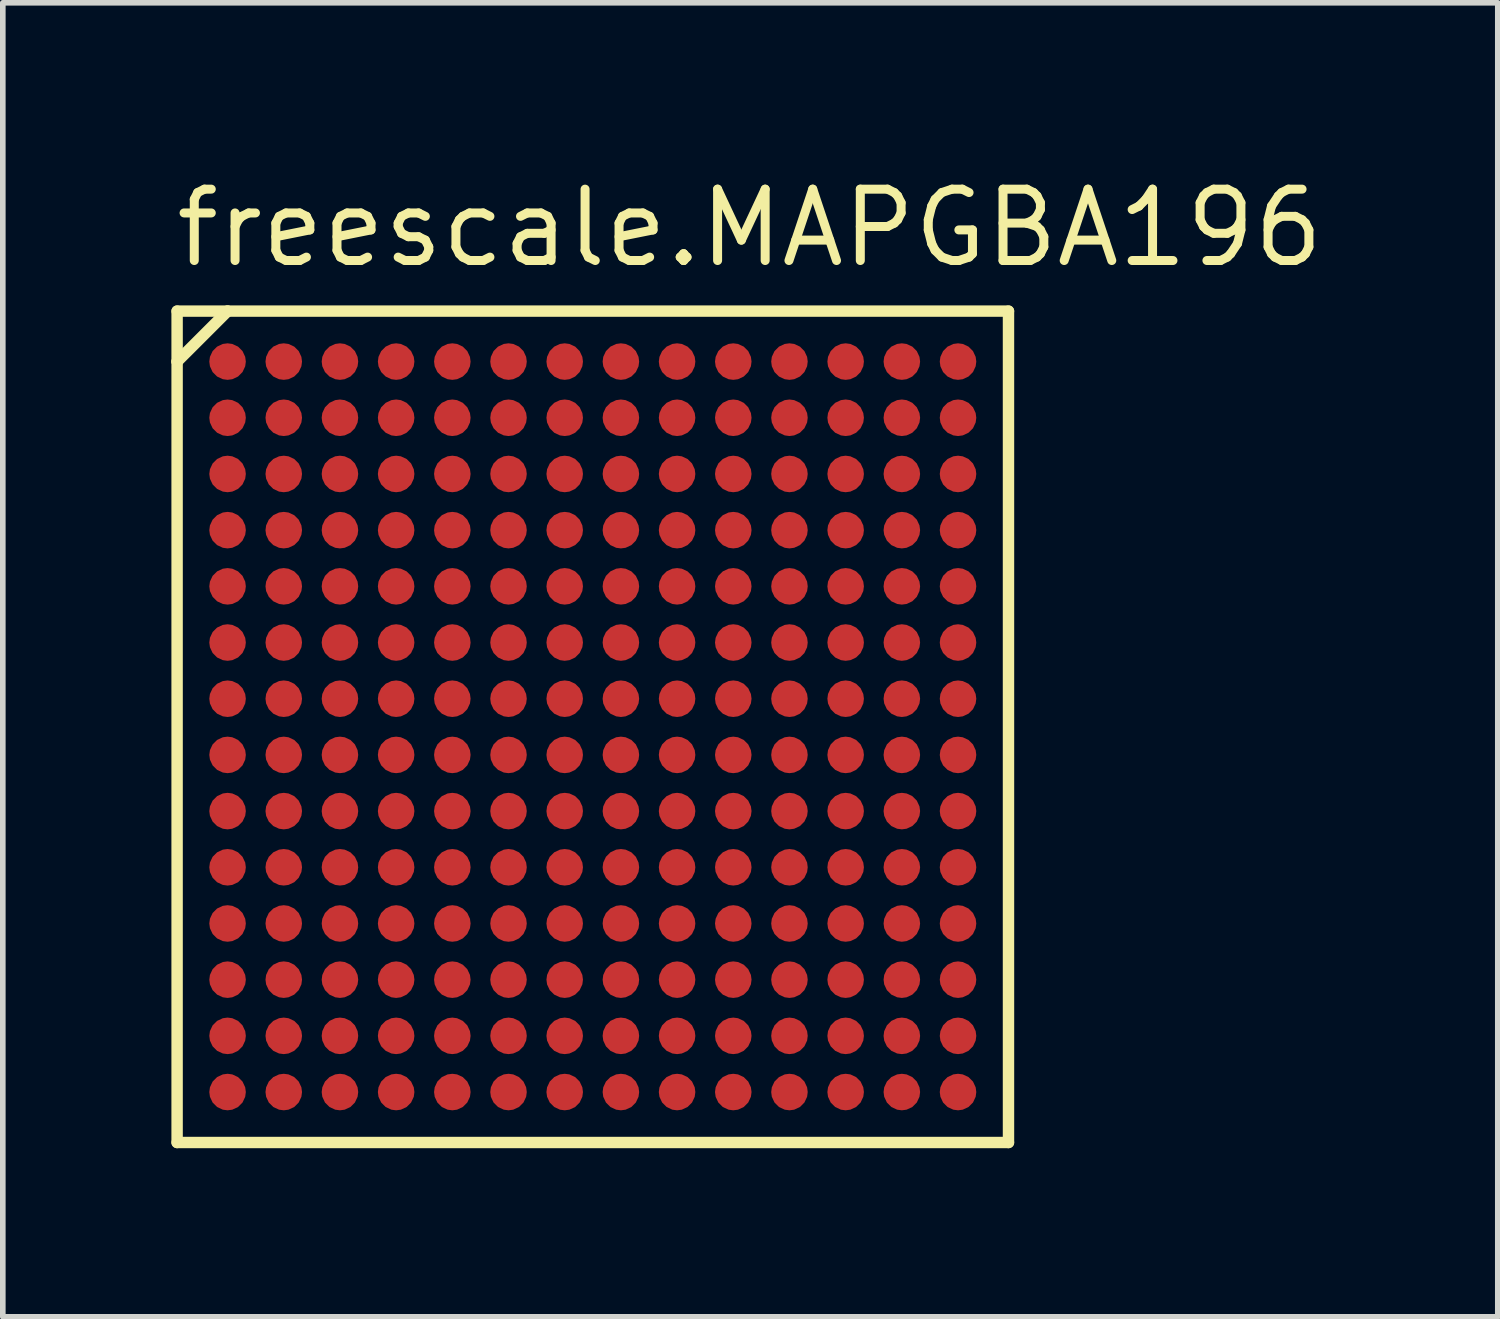
<source format=kicad_pcb>
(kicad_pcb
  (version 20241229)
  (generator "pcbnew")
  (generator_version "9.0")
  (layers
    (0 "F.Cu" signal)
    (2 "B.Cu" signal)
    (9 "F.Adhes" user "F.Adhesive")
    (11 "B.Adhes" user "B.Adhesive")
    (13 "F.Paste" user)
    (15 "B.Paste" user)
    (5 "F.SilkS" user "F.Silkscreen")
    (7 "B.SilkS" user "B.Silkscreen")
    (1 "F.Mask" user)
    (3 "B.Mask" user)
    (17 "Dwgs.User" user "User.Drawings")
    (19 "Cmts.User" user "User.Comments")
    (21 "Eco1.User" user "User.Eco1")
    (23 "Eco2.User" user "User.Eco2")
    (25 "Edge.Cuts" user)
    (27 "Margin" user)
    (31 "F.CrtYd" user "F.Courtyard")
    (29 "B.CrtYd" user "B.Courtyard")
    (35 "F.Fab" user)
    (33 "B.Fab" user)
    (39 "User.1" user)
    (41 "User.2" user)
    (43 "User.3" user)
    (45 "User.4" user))
  (footprint "freescale.MAPGBA196"
    (layer "F.Cu")
    (at 7.5 9.885)
    (property "Reference" "freescale.MAPGBA196" (at -7.5 -8.135 0) (layer "F.SilkS") (effects (font (size 1.27 1.27) (thickness 0.16)) (justify left bottom)))
    (attr smd)
    (fp_circle (center -6.5 -6.5) (end -6.175 -6.5) (stroke (width 0.1) (type default)) (fill no) (layer "F.Mask"))
    (fp_circle (center -6.5 -5.5) (end -6.175 -5.5) (stroke (width 0.1) (type default)) (fill no) (layer "F.Mask"))
    (fp_circle (center -6.5 -4.5) (end -6.175 -4.5) (stroke (width 0.1) (type default)) (fill no) (layer "F.Mask"))
    (fp_circle (center -6.5 -3.5) (end -6.175 -3.5) (stroke (width 0.1) (type default)) (fill no) (layer "F.Mask"))
    (fp_circle (center -6.5 -2.5) (end -6.175 -2.5) (stroke (width 0.1) (type default)) (fill no) (layer "F.Mask"))
    (fp_circle (center -6.5 -1.5) (end -6.175 -1.5) (stroke (width 0.1) (type default)) (fill no) (layer "F.Mask"))
    (fp_circle (center -6.5 -0.5) (end -6.175 -0.5) (stroke (width 0.1) (type default)) (fill no) (layer "F.Mask"))
    (fp_circle (center -6.5 0.5) (end -6.175 0.5) (stroke (width 0.1) (type default)) (fill no) (layer "F.Mask"))
    (fp_circle (center -6.5 1.5) (end -6.175 1.5) (stroke (width 0.1) (type default)) (fill no) (layer "F.Mask"))
    (fp_circle (center -6.5 2.5) (end -6.175 2.5) (stroke (width 0.1) (type default)) (fill no) (layer "F.Mask"))
    (fp_circle (center -6.5 3.5) (end -6.175 3.5) (stroke (width 0.1) (type default)) (fill no) (layer "F.Mask"))
    (fp_circle (center -6.5 4.5) (end -6.175 4.5) (stroke (width 0.1) (type default)) (fill no) (layer "F.Mask"))
    (fp_circle (center -6.5 5.5) (end -6.175 5.5) (stroke (width 0.1) (type default)) (fill no) (layer "F.Mask"))
    (fp_circle (center -6.5 6.5) (end -6.175 6.5) (stroke (width 0.1) (type default)) (fill no) (layer "F.Mask"))
    (fp_circle (center -5.5 -6.5) (end -5.175 -6.5) (stroke (width 0.1) (type default)) (fill no) (layer "F.Mask"))
    (fp_circle (center -5.5 -5.5) (end -5.175 -5.5) (stroke (width 0.1) (type default)) (fill no) (layer "F.Mask"))
    (fp_circle (center -5.5 -4.5) (end -5.175 -4.5) (stroke (width 0.1) (type default)) (fill no) (layer "F.Mask"))
    (fp_circle (center -5.5 -3.5) (end -5.175 -3.5) (stroke (width 0.1) (type default)) (fill no) (layer "F.Mask"))
    (fp_circle (center -5.5 -2.5) (end -5.175 -2.5) (stroke (width 0.1) (type default)) (fill no) (layer "F.Mask"))
    (fp_circle (center -5.5 -1.5) (end -5.175 -1.5) (stroke (width 0.1) (type default)) (fill no) (layer "F.Mask"))
    (fp_circle (center -5.5 -0.5) (end -5.175 -0.5) (stroke (width 0.1) (type default)) (fill no) (layer "F.Mask"))
    (fp_circle (center -5.5 0.5) (end -5.175 0.5) (stroke (width 0.1) (type default)) (fill no) (layer "F.Mask"))
    (fp_circle (center -5.5 1.5) (end -5.175 1.5) (stroke (width 0.1) (type default)) (fill no) (layer "F.Mask"))
    (fp_circle (center -5.5 2.5) (end -5.175 2.5) (stroke (width 0.1) (type default)) (fill no) (layer "F.Mask"))
    (fp_circle (center -5.5 3.5) (end -5.175 3.5) (stroke (width 0.1) (type default)) (fill no) (layer "F.Mask"))
    (fp_circle (center -5.5 4.5) (end -5.175 4.5) (stroke (width 0.1) (type default)) (fill no) (layer "F.Mask"))
    (fp_circle (center -5.5 5.5) (end -5.175 5.5) (stroke (width 0.1) (type default)) (fill no) (layer "F.Mask"))
    (fp_circle (center -5.5 6.5) (end -5.175 6.5) (stroke (width 0.1) (type default)) (fill no) (layer "F.Mask"))
    (fp_circle (center -4.5 -6.5) (end -4.175 -6.5) (stroke (width 0.1) (type default)) (fill no) (layer "F.Mask"))
    (fp_circle (center -4.5 -5.5) (end -4.175 -5.5) (stroke (width 0.1) (type default)) (fill no) (layer "F.Mask"))
    (fp_circle (center -4.5 -4.5) (end -4.175 -4.5) (stroke (width 0.1) (type default)) (fill no) (layer "F.Mask"))
    (fp_circle (center -4.5 -3.5) (end -4.175 -3.5) (stroke (width 0.1) (type default)) (fill no) (layer "F.Mask"))
    (fp_circle (center -4.5 -2.5) (end -4.175 -2.5) (stroke (width 0.1) (type default)) (fill no) (layer "F.Mask"))
    (fp_circle (center -4.5 -1.5) (end -4.175 -1.5) (stroke (width 0.1) (type default)) (fill no) (layer "F.Mask"))
    (fp_circle (center -4.5 -0.5) (end -4.175 -0.5) (stroke (width 0.1) (type default)) (fill no) (layer "F.Mask"))
    (fp_circle (center -4.5 0.5) (end -4.175 0.5) (stroke (width 0.1) (type default)) (fill no) (layer "F.Mask"))
    (fp_circle (center -4.5 1.5) (end -4.175 1.5) (stroke (width 0.1) (type default)) (fill no) (layer "F.Mask"))
    (fp_circle (center -4.5 2.5) (end -4.175 2.5) (stroke (width 0.1) (type default)) (fill no) (layer "F.Mask"))
    (fp_circle (center -4.5 3.5) (end -4.175 3.5) (stroke (width 0.1) (type default)) (fill no) (layer "F.Mask"))
    (fp_circle (center -4.5 4.5) (end -4.175 4.5) (stroke (width 0.1) (type default)) (fill no) (layer "F.Mask"))
    (fp_circle (center -4.5 5.5) (end -4.175 5.5) (stroke (width 0.1) (type default)) (fill no) (layer "F.Mask"))
    (fp_circle (center -4.5 6.5) (end -4.175 6.5) (stroke (width 0.1) (type default)) (fill no) (layer "F.Mask"))
    (fp_circle (center -3.5 -6.5) (end -3.175 -6.5) (stroke (width 0.1) (type default)) (fill no) (layer "F.Mask"))
    (fp_circle (center -3.5 -5.5) (end -3.175 -5.5) (stroke (width 0.1) (type default)) (fill no) (layer "F.Mask"))
    (fp_circle (center -3.5 -4.5) (end -3.175 -4.5) (stroke (width 0.1) (type default)) (fill no) (layer "F.Mask"))
    (fp_circle (center -3.5 -3.5) (end -3.175 -3.5) (stroke (width 0.1) (type default)) (fill no) (layer "F.Mask"))
    (fp_circle (center -3.5 -2.5) (end -3.175 -2.5) (stroke (width 0.1) (type default)) (fill no) (layer "F.Mask"))
    (fp_circle (center -3.5 -1.5) (end -3.175 -1.5) (stroke (width 0.1) (type default)) (fill no) (layer "F.Mask"))
    (fp_circle (center -3.5 -0.5) (end -3.175 -0.5) (stroke (width 0.1) (type default)) (fill no) (layer "F.Mask"))
    (fp_circle (center -3.5 0.5) (end -3.175 0.5) (stroke (width 0.1) (type default)) (fill no) (layer "F.Mask"))
    (fp_circle (center -3.5 1.5) (end -3.175 1.5) (stroke (width 0.1) (type default)) (fill no) (layer "F.Mask"))
    (fp_circle (center -3.5 2.5) (end -3.175 2.5) (stroke (width 0.1) (type default)) (fill no) (layer "F.Mask"))
    (fp_circle (center -3.5 3.5) (end -3.175 3.5) (stroke (width 0.1) (type default)) (fill no) (layer "F.Mask"))
    (fp_circle (center -3.5 4.5) (end -3.175 4.5) (stroke (width 0.1) (type default)) (fill no) (layer "F.Mask"))
    (fp_circle (center -3.5 5.5) (end -3.175 5.5) (stroke (width 0.1) (type default)) (fill no) (layer "F.Mask"))
    (fp_circle (center -3.5 6.5) (end -3.175 6.5) (stroke (width 0.1) (type default)) (fill no) (layer "F.Mask"))
    (fp_circle (center -2.5 -6.5) (end -2.175 -6.5) (stroke (width 0.1) (type default)) (fill no) (layer "F.Mask"))
    (fp_circle (center -2.5 -5.5) (end -2.175 -5.5) (stroke (width 0.1) (type default)) (fill no) (layer "F.Mask"))
    (fp_circle (center -2.5 -4.5) (end -2.175 -4.5) (stroke (width 0.1) (type default)) (fill no) (layer "F.Mask"))
    (fp_circle (center -2.5 -3.5) (end -2.175 -3.5) (stroke (width 0.1) (type default)) (fill no) (layer "F.Mask"))
    (fp_circle (center -2.5 -2.5) (end -2.175 -2.5) (stroke (width 0.1) (type default)) (fill no) (layer "F.Mask"))
    (fp_circle (center -2.5 -1.5) (end -2.175 -1.5) (stroke (width 0.1) (type default)) (fill no) (layer "F.Mask"))
    (fp_circle (center -2.5 -0.5) (end -2.175 -0.5) (stroke (width 0.1) (type default)) (fill no) (layer "F.Mask"))
    (fp_circle (center -2.5 0.5) (end -2.175 0.5) (stroke (width 0.1) (type default)) (fill no) (layer "F.Mask"))
    (fp_circle (center -2.5 1.5) (end -2.175 1.5) (stroke (width 0.1) (type default)) (fill no) (layer "F.Mask"))
    (fp_circle (center -2.5 2.5) (end -2.175 2.5) (stroke (width 0.1) (type default)) (fill no) (layer "F.Mask"))
    (fp_circle (center -2.5 3.5) (end -2.175 3.5) (stroke (width 0.1) (type default)) (fill no) (layer "F.Mask"))
    (fp_circle (center -2.5 4.5) (end -2.175 4.5) (stroke (width 0.1) (type default)) (fill no) (layer "F.Mask"))
    (fp_circle (center -2.5 5.5) (end -2.175 5.5) (stroke (width 0.1) (type default)) (fill no) (layer "F.Mask"))
    (fp_circle (center -2.5 6.5) (end -2.175 6.5) (stroke (width 0.1) (type default)) (fill no) (layer "F.Mask"))
    (fp_circle (center -1.5 -6.5) (end -1.175 -6.5) (stroke (width 0.1) (type default)) (fill no) (layer "F.Mask"))
    (fp_circle (center -1.5 -5.5) (end -1.175 -5.5) (stroke (width 0.1) (type default)) (fill no) (layer "F.Mask"))
    (fp_circle (center -1.5 -4.5) (end -1.175 -4.5) (stroke (width 0.1) (type default)) (fill no) (layer "F.Mask"))
    (fp_circle (center -1.5 -3.5) (end -1.175 -3.5) (stroke (width 0.1) (type default)) (fill no) (layer "F.Mask"))
    (fp_circle (center -1.5 -2.5) (end -1.175 -2.5) (stroke (width 0.1) (type default)) (fill no) (layer "F.Mask"))
    (fp_circle (center -1.5 -1.5) (end -1.175 -1.5) (stroke (width 0.1) (type default)) (fill no) (layer "F.Mask"))
    (fp_circle (center -1.5 -0.5) (end -1.175 -0.5) (stroke (width 0.1) (type default)) (fill no) (layer "F.Mask"))
    (fp_circle (center -1.5 0.5) (end -1.175 0.5) (stroke (width 0.1) (type default)) (fill no) (layer "F.Mask"))
    (fp_circle (center -1.5 1.5) (end -1.175 1.5) (stroke (width 0.1) (type default)) (fill no) (layer "F.Mask"))
    (fp_circle (center -1.5 2.5) (end -1.175 2.5) (stroke (width 0.1) (type default)) (fill no) (layer "F.Mask"))
    (fp_circle (center -1.5 3.5) (end -1.175 3.5) (stroke (width 0.1) (type default)) (fill no) (layer "F.Mask"))
    (fp_circle (center -1.5 4.5) (end -1.175 4.5) (stroke (width 0.1) (type default)) (fill no) (layer "F.Mask"))
    (fp_circle (center -1.5 5.5) (end -1.175 5.5) (stroke (width 0.1) (type default)) (fill no) (layer "F.Mask"))
    (fp_circle (center -1.5 6.5) (end -1.175 6.5) (stroke (width 0.1) (type default)) (fill no) (layer "F.Mask"))
    (fp_circle (center -0.5 -6.5) (end -0.175 -6.5) (stroke (width 0.1) (type default)) (fill no) (layer "F.Mask"))
    (fp_circle (center -0.5 -5.5) (end -0.175 -5.5) (stroke (width 0.1) (type default)) (fill no) (layer "F.Mask"))
    (fp_circle (center -0.5 -4.5) (end -0.175 -4.5) (stroke (width 0.1) (type default)) (fill no) (layer "F.Mask"))
    (fp_circle (center -0.5 -3.5) (end -0.175 -3.5) (stroke (width 0.1) (type default)) (fill no) (layer "F.Mask"))
    (fp_circle (center -0.5 -2.5) (end -0.175 -2.5) (stroke (width 0.1) (type default)) (fill no) (layer "F.Mask"))
    (fp_circle (center -0.5 -1.5) (end -0.175 -1.5) (stroke (width 0.1) (type default)) (fill no) (layer "F.Mask"))
    (fp_circle (center -0.5 -0.5) (end -0.175 -0.5) (stroke (width 0.1) (type default)) (fill no) (layer "F.Mask"))
    (fp_circle (center -0.5 0.5) (end -0.175 0.5) (stroke (width 0.1) (type default)) (fill no) (layer "F.Mask"))
    (fp_circle (center -0.5 1.5) (end -0.175 1.5) (stroke (width 0.1) (type default)) (fill no) (layer "F.Mask"))
    (fp_circle (center -0.5 2.5) (end -0.175 2.5) (stroke (width 0.1) (type default)) (fill no) (layer "F.Mask"))
    (fp_circle (center -0.5 3.5) (end -0.175 3.5) (stroke (width 0.1) (type default)) (fill no) (layer "F.Mask"))
    (fp_circle (center -0.5 4.5) (end -0.175 4.5) (stroke (width 0.1) (type default)) (fill no) (layer "F.Mask"))
    (fp_circle (center -0.5 5.5) (end -0.175 5.5) (stroke (width 0.1) (type default)) (fill no) (layer "F.Mask"))
    (fp_circle (center -0.5 6.5) (end -0.175 6.5) (stroke (width 0.1) (type default)) (fill no) (layer "F.Mask"))
    (fp_circle (center 0.5 -6.5) (end 0.825 -6.5) (stroke (width 0.1) (type default)) (fill no) (layer "F.Mask"))
    (fp_circle (center 0.5 -5.5) (end 0.825 -5.5) (stroke (width 0.1) (type default)) (fill no) (layer "F.Mask"))
    (fp_circle (center 0.5 -4.5) (end 0.825 -4.5) (stroke (width 0.1) (type default)) (fill no) (layer "F.Mask"))
    (fp_circle (center 0.5 -3.5) (end 0.825 -3.5) (stroke (width 0.1) (type default)) (fill no) (layer "F.Mask"))
    (fp_circle (center 0.5 -2.5) (end 0.825 -2.5) (stroke (width 0.1) (type default)) (fill no) (layer "F.Mask"))
    (fp_circle (center 0.5 -1.5) (end 0.825 -1.5) (stroke (width 0.1) (type default)) (fill no) (layer "F.Mask"))
    (fp_circle (center 0.5 -0.5) (end 0.825 -0.5) (stroke (width 0.1) (type default)) (fill no) (layer "F.Mask"))
    (fp_circle (center 0.5 0.5) (end 0.825 0.5) (stroke (width 0.1) (type default)) (fill no) (layer "F.Mask"))
    (fp_circle (center 0.5 1.5) (end 0.825 1.5) (stroke (width 0.1) (type default)) (fill no) (layer "F.Mask"))
    (fp_circle (center 0.5 2.5) (end 0.825 2.5) (stroke (width 0.1) (type default)) (fill no) (layer "F.Mask"))
    (fp_circle (center 0.5 3.5) (end 0.825 3.5) (stroke (width 0.1) (type default)) (fill no) (layer "F.Mask"))
    (fp_circle (center 0.5 4.5) (end 0.825 4.5) (stroke (width 0.1) (type default)) (fill no) (layer "F.Mask"))
    (fp_circle (center 0.5 5.5) (end 0.825 5.5) (stroke (width 0.1) (type default)) (fill no) (layer "F.Mask"))
    (fp_circle (center 0.5 6.5) (end 0.825 6.5) (stroke (width 0.1) (type default)) (fill no) (layer "F.Mask"))
    (fp_circle (center 1.5 -6.5) (end 1.825 -6.5) (stroke (width 0.1) (type default)) (fill no) (layer "F.Mask"))
    (fp_circle (center 1.5 -5.5) (end 1.825 -5.5) (stroke (width 0.1) (type default)) (fill no) (layer "F.Mask"))
    (fp_circle (center 1.5 -4.5) (end 1.825 -4.5) (stroke (width 0.1) (type default)) (fill no) (layer "F.Mask"))
    (fp_circle (center 1.5 -3.5) (end 1.825 -3.5) (stroke (width 0.1) (type default)) (fill no) (layer "F.Mask"))
    (fp_circle (center 1.5 -2.5) (end 1.825 -2.5) (stroke (width 0.1) (type default)) (fill no) (layer "F.Mask"))
    (fp_circle (center 1.5 -1.5) (end 1.825 -1.5) (stroke (width 0.1) (type default)) (fill no) (layer "F.Mask"))
    (fp_circle (center 1.5 -0.5) (end 1.825 -0.5) (stroke (width 0.1) (type default)) (fill no) (layer "F.Mask"))
    (fp_circle (center 1.5 0.5) (end 1.825 0.5) (stroke (width 0.1) (type default)) (fill no) (layer "F.Mask"))
    (fp_circle (center 1.5 1.5) (end 1.825 1.5) (stroke (width 0.1) (type default)) (fill no) (layer "F.Mask"))
    (fp_circle (center 1.5 2.5) (end 1.825 2.5) (stroke (width 0.1) (type default)) (fill no) (layer "F.Mask"))
    (fp_circle (center 1.5 3.5) (end 1.825 3.5) (stroke (width 0.1) (type default)) (fill no) (layer "F.Mask"))
    (fp_circle (center 1.5 4.5) (end 1.825 4.5) (stroke (width 0.1) (type default)) (fill no) (layer "F.Mask"))
    (fp_circle (center 1.5 5.5) (end 1.825 5.5) (stroke (width 0.1) (type default)) (fill no) (layer "F.Mask"))
    (fp_circle (center 1.5 6.5) (end 1.825 6.5) (stroke (width 0.1) (type default)) (fill no) (layer "F.Mask"))
    (fp_circle (center 2.5 -6.5) (end 2.825 -6.5) (stroke (width 0.1) (type default)) (fill no) (layer "F.Mask"))
    (fp_circle (center 2.5 -5.5) (end 2.825 -5.5) (stroke (width 0.1) (type default)) (fill no) (layer "F.Mask"))
    (fp_circle (center 2.5 -4.5) (end 2.825 -4.5) (stroke (width 0.1) (type default)) (fill no) (layer "F.Mask"))
    (fp_circle (center 2.5 -3.5) (end 2.825 -3.5) (stroke (width 0.1) (type default)) (fill no) (layer "F.Mask"))
    (fp_circle (center 2.5 -2.5) (end 2.825 -2.5) (stroke (width 0.1) (type default)) (fill no) (layer "F.Mask"))
    (fp_circle (center 2.5 -1.5) (end 2.825 -1.5) (stroke (width 0.1) (type default)) (fill no) (layer "F.Mask"))
    (fp_circle (center 2.5 -0.5) (end 2.825 -0.5) (stroke (width 0.1) (type default)) (fill no) (layer "F.Mask"))
    (fp_circle (center 2.5 0.5) (end 2.825 0.5) (stroke (width 0.1) (type default)) (fill no) (layer "F.Mask"))
    (fp_circle (center 2.5 1.5) (end 2.825 1.5) (stroke (width 0.1) (type default)) (fill no) (layer "F.Mask"))
    (fp_circle (center 2.5 2.5) (end 2.825 2.5) (stroke (width 0.1) (type default)) (fill no) (layer "F.Mask"))
    (fp_circle (center 2.5 3.5) (end 2.825 3.5) (stroke (width 0.1) (type default)) (fill no) (layer "F.Mask"))
    (fp_circle (center 2.5 4.5) (end 2.825 4.5) (stroke (width 0.1) (type default)) (fill no) (layer "F.Mask"))
    (fp_circle (center 2.5 5.5) (end 2.825 5.5) (stroke (width 0.1) (type default)) (fill no) (layer "F.Mask"))
    (fp_circle (center 2.5 6.5) (end 2.825 6.5) (stroke (width 0.1) (type default)) (fill no) (layer "F.Mask"))
    (fp_circle (center 3.5 -6.5) (end 3.825 -6.5) (stroke (width 0.1) (type default)) (fill no) (layer "F.Mask"))
    (fp_circle (center 3.5 -5.5) (end 3.825 -5.5) (stroke (width 0.1) (type default)) (fill no) (layer "F.Mask"))
    (fp_circle (center 3.5 -4.5) (end 3.825 -4.5) (stroke (width 0.1) (type default)) (fill no) (layer "F.Mask"))
    (fp_circle (center 3.5 -3.5) (end 3.825 -3.5) (stroke (width 0.1) (type default)) (fill no) (layer "F.Mask"))
    (fp_circle (center 3.5 -2.5) (end 3.825 -2.5) (stroke (width 0.1) (type default)) (fill no) (layer "F.Mask"))
    (fp_circle (center 3.5 -1.5) (end 3.825 -1.5) (stroke (width 0.1) (type default)) (fill no) (layer "F.Mask"))
    (fp_circle (center 3.5 -0.5) (end 3.825 -0.5) (stroke (width 0.1) (type default)) (fill no) (layer "F.Mask"))
    (fp_circle (center 3.5 0.5) (end 3.825 0.5) (stroke (width 0.1) (type default)) (fill no) (layer "F.Mask"))
    (fp_circle (center 3.5 1.5) (end 3.825 1.5) (stroke (width 0.1) (type default)) (fill no) (layer "F.Mask"))
    (fp_circle (center 3.5 2.5) (end 3.825 2.5) (stroke (width 0.1) (type default)) (fill no) (layer "F.Mask"))
    (fp_circle (center 3.5 3.5) (end 3.825 3.5) (stroke (width 0.1) (type default)) (fill no) (layer "F.Mask"))
    (fp_circle (center 3.5 4.5) (end 3.825 4.5) (stroke (width 0.1) (type default)) (fill no) (layer "F.Mask"))
    (fp_circle (center 3.5 5.5) (end 3.825 5.5) (stroke (width 0.1) (type default)) (fill no) (layer "F.Mask"))
    (fp_circle (center 3.5 6.5) (end 3.825 6.5) (stroke (width 0.1) (type default)) (fill no) (layer "F.Mask"))
    (fp_circle (center 4.5 -6.5) (end 4.825 -6.5) (stroke (width 0.1) (type default)) (fill no) (layer "F.Mask"))
    (fp_circle (center 4.5 -5.5) (end 4.825 -5.5) (stroke (width 0.1) (type default)) (fill no) (layer "F.Mask"))
    (fp_circle (center 4.5 -4.5) (end 4.825 -4.5) (stroke (width 0.1) (type default)) (fill no) (layer "F.Mask"))
    (fp_circle (center 4.5 -3.5) (end 4.825 -3.5) (stroke (width 0.1) (type default)) (fill no) (layer "F.Mask"))
    (fp_circle (center 4.5 -2.5) (end 4.825 -2.5) (stroke (width 0.1) (type default)) (fill no) (layer "F.Mask"))
    (fp_circle (center 4.5 -1.5) (end 4.825 -1.5) (stroke (width 0.1) (type default)) (fill no) (layer "F.Mask"))
    (fp_circle (center 4.5 -0.5) (end 4.825 -0.5) (stroke (width 0.1) (type default)) (fill no) (layer "F.Mask"))
    (fp_circle (center 4.5 0.5) (end 4.825 0.5) (stroke (width 0.1) (type default)) (fill no) (layer "F.Mask"))
    (fp_circle (center 4.5 1.5) (end 4.825 1.5) (stroke (width 0.1) (type default)) (fill no) (layer "F.Mask"))
    (fp_circle (center 4.5 2.5) (end 4.825 2.5) (stroke (width 0.1) (type default)) (fill no) (layer "F.Mask"))
    (fp_circle (center 4.5 3.5) (end 4.825 3.5) (stroke (width 0.1) (type default)) (fill no) (layer "F.Mask"))
    (fp_circle (center 4.5 4.5) (end 4.825 4.5) (stroke (width 0.1) (type default)) (fill no) (layer "F.Mask"))
    (fp_circle (center 4.5 5.5) (end 4.825 5.5) (stroke (width 0.1) (type default)) (fill no) (layer "F.Mask"))
    (fp_circle (center 4.5 6.5) (end 4.825 6.5) (stroke (width 0.1) (type default)) (fill no) (layer "F.Mask"))
    (fp_circle (center 5.5 -6.5) (end 5.825 -6.5) (stroke (width 0.1) (type default)) (fill no) (layer "F.Mask"))
    (fp_circle (center 5.5 -5.5) (end 5.825 -5.5) (stroke (width 0.1) (type default)) (fill no) (layer "F.Mask"))
    (fp_circle (center 5.5 -4.5) (end 5.825 -4.5) (stroke (width 0.1) (type default)) (fill no) (layer "F.Mask"))
    (fp_circle (center 5.5 -3.5) (end 5.825 -3.5) (stroke (width 0.1) (type default)) (fill no) (layer "F.Mask"))
    (fp_circle (center 5.5 -2.5) (end 5.825 -2.5) (stroke (width 0.1) (type default)) (fill no) (layer "F.Mask"))
    (fp_circle (center 5.5 -1.5) (end 5.825 -1.5) (stroke (width 0.1) (type default)) (fill no) (layer "F.Mask"))
    (fp_circle (center 5.5 -0.5) (end 5.825 -0.5) (stroke (width 0.1) (type default)) (fill no) (layer "F.Mask"))
    (fp_circle (center 5.5 0.5) (end 5.825 0.5) (stroke (width 0.1) (type default)) (fill no) (layer "F.Mask"))
    (fp_circle (center 5.5 1.5) (end 5.825 1.5) (stroke (width 0.1) (type default)) (fill no) (layer "F.Mask"))
    (fp_circle (center 5.5 2.5) (end 5.825 2.5) (stroke (width 0.1) (type default)) (fill no) (layer "F.Mask"))
    (fp_circle (center 5.5 3.5) (end 5.825 3.5) (stroke (width 0.1) (type default)) (fill no) (layer "F.Mask"))
    (fp_circle (center 5.5 4.5) (end 5.825 4.5) (stroke (width 0.1) (type default)) (fill no) (layer "F.Mask"))
    (fp_circle (center 5.5 5.5) (end 5.825 5.5) (stroke (width 0.1) (type default)) (fill no) (layer "F.Mask"))
    (fp_circle (center 5.5 6.5) (end 5.825 6.5) (stroke (width 0.1) (type default)) (fill no) (layer "F.Mask"))
    (fp_circle (center 6.5 -6.5) (end 6.825 -6.5) (stroke (width 0.1) (type default)) (fill no) (layer "F.Mask"))
    (fp_circle (center 6.5 -5.5) (end 6.825 -5.5) (stroke (width 0.1) (type default)) (fill no) (layer "F.Mask"))
    (fp_circle (center 6.5 -4.5) (end 6.825 -4.5) (stroke (width 0.1) (type default)) (fill no) (layer "F.Mask"))
    (fp_circle (center 6.5 -3.5) (end 6.825 -3.5) (stroke (width 0.1) (type default)) (fill no) (layer "F.Mask"))
    (fp_circle (center 6.5 -2.5) (end 6.825 -2.5) (stroke (width 0.1) (type default)) (fill no) (layer "F.Mask"))
    (fp_circle (center 6.5 -1.5) (end 6.825 -1.5) (stroke (width 0.1) (type default)) (fill no) (layer "F.Mask"))
    (fp_circle (center 6.5 -0.5) (end 6.825 -0.5) (stroke (width 0.1) (type default)) (fill no) (layer "F.Mask"))
    (fp_circle (center 6.5 0.5) (end 6.825 0.5) (stroke (width 0.1) (type default)) (fill no) (layer "F.Mask"))
    (fp_circle (center 6.5 1.5) (end 6.825 1.5) (stroke (width 0.1) (type default)) (fill no) (layer "F.Mask"))
    (fp_circle (center 6.5 2.5) (end 6.825 2.5) (stroke (width 0.1) (type default)) (fill no) (layer "F.Mask"))
    (fp_circle (center 6.5 3.5) (end 6.825 3.5) (stroke (width 0.1) (type default)) (fill no) (layer "F.Mask"))
    (fp_circle (center 6.5 4.5) (end 6.825 4.5) (stroke (width 0.1) (type default)) (fill no) (layer "F.Mask"))
    (fp_circle (center 6.5 5.5) (end 6.825 5.5) (stroke (width 0.1) (type default)) (fill no) (layer "F.Mask"))
    (fp_circle (center 6.5 6.5) (end 6.825 6.5) (stroke (width 0.1) (type default)) (fill no) (layer "F.Mask"))
    (fp_line (start -7.398 -7.398) (end -7.398 -6.5) (stroke (width 0.203) (type default)) (layer "F.SilkS"))
    (fp_line (start -7.398 -6.5) (end -7.398 7.398) (stroke (width 0.203) (type default)) (layer "F.SilkS"))
    (fp_line (start -7.398 -6.5) (end -6.5 -7.398) (stroke (width 0.203) (type default)) (layer "F.SilkS"))
    (fp_line (start -7.398 7.398) (end 7.398 7.398) (stroke (width 0.203) (type default)) (layer "F.SilkS"))
    (fp_line (start -6.5 -7.398) (end -7.398 -7.398) (stroke (width 0.203) (type default)) (layer "F.SilkS"))
    (fp_line (start 7.398 -7.398) (end -6.5 -7.398) (stroke (width 0.203) (type default)) (layer "F.SilkS"))
    (fp_line (start 7.398 7.398) (end 7.398 -7.398) (stroke (width 0.203) (type default)) (layer "F.SilkS"))
    (pad "A1" smd roundrect (at -6.5 -6.5) (size 0.65 0.65) (layers "F.Cu" "F.Mask" "F.Paste") (roundrect_rratio 0.5))
    (pad "A2" smd roundrect (at -5.5 -6.5) (size 0.65 0.65) (layers "F.Cu" "F.Mask" "F.Paste") (roundrect_rratio 0.5))
    (pad "A3" smd roundrect (at -4.5 -6.5) (size 0.65 0.65) (layers "F.Cu" "F.Mask" "F.Paste") (roundrect_rratio 0.5))
    (pad "A4" smd roundrect (at -3.5 -6.5) (size 0.65 0.65) (layers "F.Cu" "F.Mask" "F.Paste") (roundrect_rratio 0.5))
    (pad "A5" smd roundrect (at -2.5 -6.5) (size 0.65 0.65) (layers "F.Cu" "F.Mask" "F.Paste") (roundrect_rratio 0.5))
    (pad "A6" smd roundrect (at -1.5 -6.5) (size 0.65 0.65) (layers "F.Cu" "F.Mask" "F.Paste") (roundrect_rratio 0.5))
    (pad "A7" smd roundrect (at -0.5 -6.5) (size 0.65 0.65) (layers "F.Cu" "F.Mask" "F.Paste") (roundrect_rratio 0.5))
    (pad "A8" smd roundrect (at 0.5 -6.5) (size 0.65 0.65) (layers "F.Cu" "F.Mask" "F.Paste") (roundrect_rratio 0.5))
    (pad "A9" smd roundrect (at 1.5 -6.5) (size 0.65 0.65) (layers "F.Cu" "F.Mask" "F.Paste") (roundrect_rratio 0.5))
    (pad "A10" smd roundrect (at 2.5 -6.5) (size 0.65 0.65) (layers "F.Cu" "F.Mask" "F.Paste") (roundrect_rratio 0.5))
    (pad "A11" smd roundrect (at 3.5 -6.5) (size 0.65 0.65) (layers "F.Cu" "F.Mask" "F.Paste") (roundrect_rratio 0.5))
    (pad "A12" smd roundrect (at 4.5 -6.5) (size 0.65 0.65) (layers "F.Cu" "F.Mask" "F.Paste") (roundrect_rratio 0.5))
    (pad "A13" smd roundrect (at 5.5 -6.5) (size 0.65 0.65) (layers "F.Cu" "F.Mask" "F.Paste") (roundrect_rratio 0.5))
    (pad "A14" smd roundrect (at 6.5 -6.5) (size 0.65 0.65) (layers "F.Cu" "F.Mask" "F.Paste") (roundrect_rratio 0.5))
    (pad "B1" smd roundrect (at -6.5 -5.5) (size 0.65 0.65) (layers "F.Cu" "F.Mask" "F.Paste") (roundrect_rratio 0.5))
    (pad "B2" smd roundrect (at -5.5 -5.5) (size 0.65 0.65) (layers "F.Cu" "F.Mask" "F.Paste") (roundrect_rratio 0.5))
    (pad "B3" smd roundrect (at -4.5 -5.5) (size 0.65 0.65) (layers "F.Cu" "F.Mask" "F.Paste") (roundrect_rratio 0.5))
    (pad "B4" smd roundrect (at -3.5 -5.5) (size 0.65 0.65) (layers "F.Cu" "F.Mask" "F.Paste") (roundrect_rratio 0.5))
    (pad "B5" smd roundrect (at -2.5 -5.5) (size 0.65 0.65) (layers "F.Cu" "F.Mask" "F.Paste") (roundrect_rratio 0.5))
    (pad "B6" smd roundrect (at -1.5 -5.5) (size 0.65 0.65) (layers "F.Cu" "F.Mask" "F.Paste") (roundrect_rratio 0.5))
    (pad "B7" smd roundrect (at -0.5 -5.5) (size 0.65 0.65) (layers "F.Cu" "F.Mask" "F.Paste") (roundrect_rratio 0.5))
    (pad "B8" smd roundrect (at 0.5 -5.5) (size 0.65 0.65) (layers "F.Cu" "F.Mask" "F.Paste") (roundrect_rratio 0.5))
    (pad "B9" smd roundrect (at 1.5 -5.5) (size 0.65 0.65) (layers "F.Cu" "F.Mask" "F.Paste") (roundrect_rratio 0.5))
    (pad "B10" smd roundrect (at 2.5 -5.5) (size 0.65 0.65) (layers "F.Cu" "F.Mask" "F.Paste") (roundrect_rratio 0.5))
    (pad "B11" smd roundrect (at 3.5 -5.5) (size 0.65 0.65) (layers "F.Cu" "F.Mask" "F.Paste") (roundrect_rratio 0.5))
    (pad "B12" smd roundrect (at 4.5 -5.5) (size 0.65 0.65) (layers "F.Cu" "F.Mask" "F.Paste") (roundrect_rratio 0.5))
    (pad "B13" smd roundrect (at 5.5 -5.5) (size 0.65 0.65) (layers "F.Cu" "F.Mask" "F.Paste") (roundrect_rratio 0.5))
    (pad "B14" smd roundrect (at 6.5 -5.5) (size 0.65 0.65) (layers "F.Cu" "F.Mask" "F.Paste") (roundrect_rratio 0.5))
    (pad "C1" smd roundrect (at -6.5 -4.5) (size 0.65 0.65) (layers "F.Cu" "F.Mask" "F.Paste") (roundrect_rratio 0.5))
    (pad "C2" smd roundrect (at -5.5 -4.5) (size 0.65 0.65) (layers "F.Cu" "F.Mask" "F.Paste") (roundrect_rratio 0.5))
    (pad "C3" smd roundrect (at -4.5 -4.5) (size 0.65 0.65) (layers "F.Cu" "F.Mask" "F.Paste") (roundrect_rratio 0.5))
    (pad "C4" smd roundrect (at -3.5 -4.5) (size 0.65 0.65) (layers "F.Cu" "F.Mask" "F.Paste") (roundrect_rratio 0.5))
    (pad "C5" smd roundrect (at -2.5 -4.5) (size 0.65 0.65) (layers "F.Cu" "F.Mask" "F.Paste") (roundrect_rratio 0.5))
    (pad "C6" smd roundrect (at -1.5 -4.5) (size 0.65 0.65) (layers "F.Cu" "F.Mask" "F.Paste") (roundrect_rratio 0.5))
    (pad "C7" smd roundrect (at -0.5 -4.5) (size 0.65 0.65) (layers "F.Cu" "F.Mask" "F.Paste") (roundrect_rratio 0.5))
    (pad "C8" smd roundrect (at 0.5 -4.5) (size 0.65 0.65) (layers "F.Cu" "F.Mask" "F.Paste") (roundrect_rratio 0.5))
    (pad "C9" smd roundrect (at 1.5 -4.5) (size 0.65 0.65) (layers "F.Cu" "F.Mask" "F.Paste") (roundrect_rratio 0.5))
    (pad "C10" smd roundrect (at 2.5 -4.5) (size 0.65 0.65) (layers "F.Cu" "F.Mask" "F.Paste") (roundrect_rratio 0.5))
    (pad "C11" smd roundrect (at 3.5 -4.5) (size 0.65 0.65) (layers "F.Cu" "F.Mask" "F.Paste") (roundrect_rratio 0.5))
    (pad "C12" smd roundrect (at 4.5 -4.5) (size 0.65 0.65) (layers "F.Cu" "F.Mask" "F.Paste") (roundrect_rratio 0.5))
    (pad "C13" smd roundrect (at 5.5 -4.5) (size 0.65 0.65) (layers "F.Cu" "F.Mask" "F.Paste") (roundrect_rratio 0.5))
    (pad "C14" smd roundrect (at 6.5 -4.5) (size 0.65 0.65) (layers "F.Cu" "F.Mask" "F.Paste") (roundrect_rratio 0.5))
    (pad "D1" smd roundrect (at -6.5 -3.5) (size 0.65 0.65) (layers "F.Cu" "F.Mask" "F.Paste") (roundrect_rratio 0.5))
    (pad "D2" smd roundrect (at -5.5 -3.5) (size 0.65 0.65) (layers "F.Cu" "F.Mask" "F.Paste") (roundrect_rratio 0.5))
    (pad "D3" smd roundrect (at -4.5 -3.5) (size 0.65 0.65) (layers "F.Cu" "F.Mask" "F.Paste") (roundrect_rratio 0.5))
    (pad "D4" smd roundrect (at -3.5 -3.5) (size 0.65 0.65) (layers "F.Cu" "F.Mask" "F.Paste") (roundrect_rratio 0.5))
    (pad "D5" smd roundrect (at -2.5 -3.5) (size 0.65 0.65) (layers "F.Cu" "F.Mask" "F.Paste") (roundrect_rratio 0.5))
    (pad "D6" smd roundrect (at -1.5 -3.5) (size 0.65 0.65) (layers "F.Cu" "F.Mask" "F.Paste") (roundrect_rratio 0.5))
    (pad "D7" smd roundrect (at -0.5 -3.5) (size 0.65 0.65) (layers "F.Cu" "F.Mask" "F.Paste") (roundrect_rratio 0.5))
    (pad "D8" smd roundrect (at 0.5 -3.5) (size 0.65 0.65) (layers "F.Cu" "F.Mask" "F.Paste") (roundrect_rratio 0.5))
    (pad "D9" smd roundrect (at 1.5 -3.5) (size 0.65 0.65) (layers "F.Cu" "F.Mask" "F.Paste") (roundrect_rratio 0.5))
    (pad "D10" smd roundrect (at 2.5 -3.5) (size 0.65 0.65) (layers "F.Cu" "F.Mask" "F.Paste") (roundrect_rratio 0.5))
    (pad "D11" smd roundrect (at 3.5 -3.5) (size 0.65 0.65) (layers "F.Cu" "F.Mask" "F.Paste") (roundrect_rratio 0.5))
    (pad "D12" smd roundrect (at 4.5 -3.5) (size 0.65 0.65) (layers "F.Cu" "F.Mask" "F.Paste") (roundrect_rratio 0.5))
    (pad "D13" smd roundrect (at 5.5 -3.5) (size 0.65 0.65) (layers "F.Cu" "F.Mask" "F.Paste") (roundrect_rratio 0.5))
    (pad "D14" smd roundrect (at 6.5 -3.5) (size 0.65 0.65) (layers "F.Cu" "F.Mask" "F.Paste") (roundrect_rratio 0.5))
    (pad "E1" smd roundrect (at -6.5 -2.5) (size 0.65 0.65) (layers "F.Cu" "F.Mask" "F.Paste") (roundrect_rratio 0.5))
    (pad "E2" smd roundrect (at -5.5 -2.5) (size 0.65 0.65) (layers "F.Cu" "F.Mask" "F.Paste") (roundrect_rratio 0.5))
    (pad "E3" smd roundrect (at -4.5 -2.5) (size 0.65 0.65) (layers "F.Cu" "F.Mask" "F.Paste") (roundrect_rratio 0.5))
    (pad "E4" smd roundrect (at -3.5 -2.5) (size 0.65 0.65) (layers "F.Cu" "F.Mask" "F.Paste") (roundrect_rratio 0.5))
    (pad "E5" smd roundrect (at -2.5 -2.5) (size 0.65 0.65) (layers "F.Cu" "F.Mask" "F.Paste") (roundrect_rratio 0.5))
    (pad "E6" smd roundrect (at -1.5 -2.5) (size 0.65 0.65) (layers "F.Cu" "F.Mask" "F.Paste") (roundrect_rratio 0.5))
    (pad "E7" smd roundrect (at -0.5 -2.5) (size 0.65 0.65) (layers "F.Cu" "F.Mask" "F.Paste") (roundrect_rratio 0.5))
    (pad "E8" smd roundrect (at 0.5 -2.5) (size 0.65 0.65) (layers "F.Cu" "F.Mask" "F.Paste") (roundrect_rratio 0.5))
    (pad "E9" smd roundrect (at 1.5 -2.5) (size 0.65 0.65) (layers "F.Cu" "F.Mask" "F.Paste") (roundrect_rratio 0.5))
    (pad "E10" smd roundrect (at 2.5 -2.5) (size 0.65 0.65) (layers "F.Cu" "F.Mask" "F.Paste") (roundrect_rratio 0.5))
    (pad "E11" smd roundrect (at 3.5 -2.5) (size 0.65 0.65) (layers "F.Cu" "F.Mask" "F.Paste") (roundrect_rratio 0.5))
    (pad "E12" smd roundrect (at 4.5 -2.5) (size 0.65 0.65) (layers "F.Cu" "F.Mask" "F.Paste") (roundrect_rratio 0.5))
    (pad "E13" smd roundrect (at 5.5 -2.5) (size 0.65 0.65) (layers "F.Cu" "F.Mask" "F.Paste") (roundrect_rratio 0.5))
    (pad "E14" smd roundrect (at 6.5 -2.5) (size 0.65 0.65) (layers "F.Cu" "F.Mask" "F.Paste") (roundrect_rratio 0.5))
    (pad "F1" smd roundrect (at -6.5 -1.5) (size 0.65 0.65) (layers "F.Cu" "F.Mask" "F.Paste") (roundrect_rratio 0.5))
    (pad "F2" smd roundrect (at -5.5 -1.5) (size 0.65 0.65) (layers "F.Cu" "F.Mask" "F.Paste") (roundrect_rratio 0.5))
    (pad "F3" smd roundrect (at -4.5 -1.5) (size 0.65 0.65) (layers "F.Cu" "F.Mask" "F.Paste") (roundrect_rratio 0.5))
    (pad "F4" smd roundrect (at -3.5 -1.5) (size 0.65 0.65) (layers "F.Cu" "F.Mask" "F.Paste") (roundrect_rratio 0.5))
    (pad "F5" smd roundrect (at -2.5 -1.5) (size 0.65 0.65) (layers "F.Cu" "F.Mask" "F.Paste") (roundrect_rratio 0.5))
    (pad "F6" smd roundrect (at -1.5 -1.5) (size 0.65 0.65) (layers "F.Cu" "F.Mask" "F.Paste") (roundrect_rratio 0.5))
    (pad "F7" smd roundrect (at -0.5 -1.5) (size 0.65 0.65) (layers "F.Cu" "F.Mask" "F.Paste") (roundrect_rratio 0.5))
    (pad "F8" smd roundrect (at 0.5 -1.5) (size 0.65 0.65) (layers "F.Cu" "F.Mask" "F.Paste") (roundrect_rratio 0.5))
    (pad "F9" smd roundrect (at 1.5 -1.5) (size 0.65 0.65) (layers "F.Cu" "F.Mask" "F.Paste") (roundrect_rratio 0.5))
    (pad "F10" smd roundrect (at 2.5 -1.5) (size 0.65 0.65) (layers "F.Cu" "F.Mask" "F.Paste") (roundrect_rratio 0.5))
    (pad "F11" smd roundrect (at 3.5 -1.5) (size 0.65 0.65) (layers "F.Cu" "F.Mask" "F.Paste") (roundrect_rratio 0.5))
    (pad "F12" smd roundrect (at 4.5 -1.5) (size 0.65 0.65) (layers "F.Cu" "F.Mask" "F.Paste") (roundrect_rratio 0.5))
    (pad "F13" smd roundrect (at 5.5 -1.5) (size 0.65 0.65) (layers "F.Cu" "F.Mask" "F.Paste") (roundrect_rratio 0.5))
    (pad "F14" smd roundrect (at 6.5 -1.5) (size 0.65 0.65) (layers "F.Cu" "F.Mask" "F.Paste") (roundrect_rratio 0.5))
    (pad "G1" smd roundrect (at -6.5 -0.5) (size 0.65 0.65) (layers "F.Cu" "F.Mask" "F.Paste") (roundrect_rratio 0.5))
    (pad "G2" smd roundrect (at -5.5 -0.5) (size 0.65 0.65) (layers "F.Cu" "F.Mask" "F.Paste") (roundrect_rratio 0.5))
    (pad "G3" smd roundrect (at -4.5 -0.5) (size 0.65 0.65) (layers "F.Cu" "F.Mask" "F.Paste") (roundrect_rratio 0.5))
    (pad "G4" smd roundrect (at -3.5 -0.5) (size 0.65 0.65) (layers "F.Cu" "F.Mask" "F.Paste") (roundrect_rratio 0.5))
    (pad "G5" smd roundrect (at -2.5 -0.5) (size 0.65 0.65) (layers "F.Cu" "F.Mask" "F.Paste") (roundrect_rratio 0.5))
    (pad "G6" smd roundrect (at -1.5 -0.5) (size 0.65 0.65) (layers "F.Cu" "F.Mask" "F.Paste") (roundrect_rratio 0.5))
    (pad "G7" smd roundrect (at -0.5 -0.5) (size 0.65 0.65) (layers "F.Cu" "F.Mask" "F.Paste") (roundrect_rratio 0.5))
    (pad "G8" smd roundrect (at 0.5 -0.5) (size 0.65 0.65) (layers "F.Cu" "F.Mask" "F.Paste") (roundrect_rratio 0.5))
    (pad "G9" smd roundrect (at 1.5 -0.5) (size 0.65 0.65) (layers "F.Cu" "F.Mask" "F.Paste") (roundrect_rratio 0.5))
    (pad "G10" smd roundrect (at 2.5 -0.5) (size 0.65 0.65) (layers "F.Cu" "F.Mask" "F.Paste") (roundrect_rratio 0.5))
    (pad "G11" smd roundrect (at 3.5 -0.5) (size 0.65 0.65) (layers "F.Cu" "F.Mask" "F.Paste") (roundrect_rratio 0.5))
    (pad "G12" smd roundrect (at 4.5 -0.5) (size 0.65 0.65) (layers "F.Cu" "F.Mask" "F.Paste") (roundrect_rratio 0.5))
    (pad "G13" smd roundrect (at 5.5 -0.5) (size 0.65 0.65) (layers "F.Cu" "F.Mask" "F.Paste") (roundrect_rratio 0.5))
    (pad "G14" smd roundrect (at 6.5 -0.5) (size 0.65 0.65) (layers "F.Cu" "F.Mask" "F.Paste") (roundrect_rratio 0.5))
    (pad "H1" smd roundrect (at -6.5 0.5) (size 0.65 0.65) (layers "F.Cu" "F.Mask" "F.Paste") (roundrect_rratio 0.5))
    (pad "H2" smd roundrect (at -5.5 0.5) (size 0.65 0.65) (layers "F.Cu" "F.Mask" "F.Paste") (roundrect_rratio 0.5))
    (pad "H3" smd roundrect (at -4.5 0.5) (size 0.65 0.65) (layers "F.Cu" "F.Mask" "F.Paste") (roundrect_rratio 0.5))
    (pad "H4" smd roundrect (at -3.5 0.5) (size 0.65 0.65) (layers "F.Cu" "F.Mask" "F.Paste") (roundrect_rratio 0.5))
    (pad "H5" smd roundrect (at -2.5 0.5) (size 0.65 0.65) (layers "F.Cu" "F.Mask" "F.Paste") (roundrect_rratio 0.5))
    (pad "H6" smd roundrect (at -1.5 0.5) (size 0.65 0.65) (layers "F.Cu" "F.Mask" "F.Paste") (roundrect_rratio 0.5))
    (pad "H7" smd roundrect (at -0.5 0.5) (size 0.65 0.65) (layers "F.Cu" "F.Mask" "F.Paste") (roundrect_rratio 0.5))
    (pad "H8" smd roundrect (at 0.5 0.5) (size 0.65 0.65) (layers "F.Cu" "F.Mask" "F.Paste") (roundrect_rratio 0.5))
    (pad "H9" smd roundrect (at 1.5 0.5) (size 0.65 0.65) (layers "F.Cu" "F.Mask" "F.Paste") (roundrect_rratio 0.5))
    (pad "H10" smd roundrect (at 2.5 0.5) (size 0.65 0.65) (layers "F.Cu" "F.Mask" "F.Paste") (roundrect_rratio 0.5))
    (pad "H11" smd roundrect (at 3.5 0.5) (size 0.65 0.65) (layers "F.Cu" "F.Mask" "F.Paste") (roundrect_rratio 0.5))
    (pad "H12" smd roundrect (at 4.5 0.5) (size 0.65 0.65) (layers "F.Cu" "F.Mask" "F.Paste") (roundrect_rratio 0.5))
    (pad "H13" smd roundrect (at 5.5 0.5) (size 0.65 0.65) (layers "F.Cu" "F.Mask" "F.Paste") (roundrect_rratio 0.5))
    (pad "H14" smd roundrect (at 6.5 0.5) (size 0.65 0.65) (layers "F.Cu" "F.Mask" "F.Paste") (roundrect_rratio 0.5))
    (pad "J1" smd roundrect (at -6.5 1.5) (size 0.65 0.65) (layers "F.Cu" "F.Mask" "F.Paste") (roundrect_rratio 0.5))
    (pad "J2" smd roundrect (at -5.5 1.5) (size 0.65 0.65) (layers "F.Cu" "F.Mask" "F.Paste") (roundrect_rratio 0.5))
    (pad "J3" smd roundrect (at -4.5 1.5) (size 0.65 0.65) (layers "F.Cu" "F.Mask" "F.Paste") (roundrect_rratio 0.5))
    (pad "J4" smd roundrect (at -3.5 1.5) (size 0.65 0.65) (layers "F.Cu" "F.Mask" "F.Paste") (roundrect_rratio 0.5))
    (pad "J5" smd roundrect (at -2.5 1.5) (size 0.65 0.65) (layers "F.Cu" "F.Mask" "F.Paste") (roundrect_rratio 0.5))
    (pad "J6" smd roundrect (at -1.5 1.5) (size 0.65 0.65) (layers "F.Cu" "F.Mask" "F.Paste") (roundrect_rratio 0.5))
    (pad "J7" smd roundrect (at -0.5 1.5) (size 0.65 0.65) (layers "F.Cu" "F.Mask" "F.Paste") (roundrect_rratio 0.5))
    (pad "J8" smd roundrect (at 0.5 1.5) (size 0.65 0.65) (layers "F.Cu" "F.Mask" "F.Paste") (roundrect_rratio 0.5))
    (pad "J9" smd roundrect (at 1.5 1.5) (size 0.65 0.65) (layers "F.Cu" "F.Mask" "F.Paste") (roundrect_rratio 0.5))
    (pad "J10" smd roundrect (at 2.5 1.5) (size 0.65 0.65) (layers "F.Cu" "F.Mask" "F.Paste") (roundrect_rratio 0.5))
    (pad "J11" smd roundrect (at 3.5 1.5) (size 0.65 0.65) (layers "F.Cu" "F.Mask" "F.Paste") (roundrect_rratio 0.5))
    (pad "J12" smd roundrect (at 4.5 1.5) (size 0.65 0.65) (layers "F.Cu" "F.Mask" "F.Paste") (roundrect_rratio 0.5))
    (pad "J13" smd roundrect (at 5.5 1.5) (size 0.65 0.65) (layers "F.Cu" "F.Mask" "F.Paste") (roundrect_rratio 0.5))
    (pad "J14" smd roundrect (at 6.5 1.5) (size 0.65 0.65) (layers "F.Cu" "F.Mask" "F.Paste") (roundrect_rratio 0.5))
    (pad "K1" smd roundrect (at -6.5 2.5) (size 0.65 0.65) (layers "F.Cu" "F.Mask" "F.Paste") (roundrect_rratio 0.5))
    (pad "K2" smd roundrect (at -5.5 2.5) (size 0.65 0.65) (layers "F.Cu" "F.Mask" "F.Paste") (roundrect_rratio 0.5))
    (pad "K3" smd roundrect (at -4.5 2.5) (size 0.65 0.65) (layers "F.Cu" "F.Mask" "F.Paste") (roundrect_rratio 0.5))
    (pad "K4" smd roundrect (at -3.5 2.5) (size 0.65 0.65) (layers "F.Cu" "F.Mask" "F.Paste") (roundrect_rratio 0.5))
    (pad "K5" smd roundrect (at -2.5 2.5) (size 0.65 0.65) (layers "F.Cu" "F.Mask" "F.Paste") (roundrect_rratio 0.5))
    (pad "K6" smd roundrect (at -1.5 2.5) (size 0.65 0.65) (layers "F.Cu" "F.Mask" "F.Paste") (roundrect_rratio 0.5))
    (pad "K7" smd roundrect (at -0.5 2.5) (size 0.65 0.65) (layers "F.Cu" "F.Mask" "F.Paste") (roundrect_rratio 0.5))
    (pad "K8" smd roundrect (at 0.5 2.5) (size 0.65 0.65) (layers "F.Cu" "F.Mask" "F.Paste") (roundrect_rratio 0.5))
    (pad "K9" smd roundrect (at 1.5 2.5) (size 0.65 0.65) (layers "F.Cu" "F.Mask" "F.Paste") (roundrect_rratio 0.5))
    (pad "K10" smd roundrect (at 2.5 2.5) (size 0.65 0.65) (layers "F.Cu" "F.Mask" "F.Paste") (roundrect_rratio 0.5))
    (pad "K11" smd roundrect (at 3.5 2.5) (size 0.65 0.65) (layers "F.Cu" "F.Mask" "F.Paste") (roundrect_rratio 0.5))
    (pad "K12" smd roundrect (at 4.5 2.5) (size 0.65 0.65) (layers "F.Cu" "F.Mask" "F.Paste") (roundrect_rratio 0.5))
    (pad "K13" smd roundrect (at 5.5 2.5) (size 0.65 0.65) (layers "F.Cu" "F.Mask" "F.Paste") (roundrect_rratio 0.5))
    (pad "K14" smd roundrect (at 6.5 2.5) (size 0.65 0.65) (layers "F.Cu" "F.Mask" "F.Paste") (roundrect_rratio 0.5))
    (pad "L1" smd roundrect (at -6.5 3.5) (size 0.65 0.65) (layers "F.Cu" "F.Mask" "F.Paste") (roundrect_rratio 0.5))
    (pad "L2" smd roundrect (at -5.5 3.5) (size 0.65 0.65) (layers "F.Cu" "F.Mask" "F.Paste") (roundrect_rratio 0.5))
    (pad "L3" smd roundrect (at -4.5 3.5) (size 0.65 0.65) (layers "F.Cu" "F.Mask" "F.Paste") (roundrect_rratio 0.5))
    (pad "L4" smd roundrect (at -3.5 3.5) (size 0.65 0.65) (layers "F.Cu" "F.Mask" "F.Paste") (roundrect_rratio 0.5))
    (pad "L5" smd roundrect (at -2.5 3.5) (size 0.65 0.65) (layers "F.Cu" "F.Mask" "F.Paste") (roundrect_rratio 0.5))
    (pad "L6" smd roundrect (at -1.5 3.5) (size 0.65 0.65) (layers "F.Cu" "F.Mask" "F.Paste") (roundrect_rratio 0.5))
    (pad "L7" smd roundrect (at -0.5 3.5) (size 0.65 0.65) (layers "F.Cu" "F.Mask" "F.Paste") (roundrect_rratio 0.5))
    (pad "L8" smd roundrect (at 0.5 3.5) (size 0.65 0.65) (layers "F.Cu" "F.Mask" "F.Paste") (roundrect_rratio 0.5))
    (pad "L9," smd roundrect (at 1.5 3.5) (size 0.65 0.65) (layers "F.Cu" "F.Mask" "F.Paste") (roundrect_rratio 0.5))
    (pad "L10" smd roundrect (at 2.5 3.5) (size 0.65 0.65) (layers "F.Cu" "F.Mask" "F.Paste") (roundrect_rratio 0.5))
    (pad "L11" smd roundrect (at 3.5 3.5) (size 0.65 0.65) (layers "F.Cu" "F.Mask" "F.Paste") (roundrect_rratio 0.5))
    (pad "L12" smd roundrect (at 4.5 3.5) (size 0.65 0.65) (layers "F.Cu" "F.Mask" "F.Paste") (roundrect_rratio 0.5))
    (pad "L13" smd roundrect (at 5.5 3.5) (size 0.65 0.65) (layers "F.Cu" "F.Mask" "F.Paste") (roundrect_rratio 0.5))
    (pad "L14" smd roundrect (at 6.5 3.5) (size 0.65 0.65) (layers "F.Cu" "F.Mask" "F.Paste") (roundrect_rratio 0.5))
    (pad "M1" smd roundrect (at -6.5 4.5) (size 0.65 0.65) (layers "F.Cu" "F.Mask" "F.Paste") (roundrect_rratio 0.5))
    (pad "M2" smd roundrect (at -5.5 4.5) (size 0.65 0.65) (layers "F.Cu" "F.Mask" "F.Paste") (roundrect_rratio 0.5))
    (pad "M3" smd roundrect (at -4.5 4.5) (size 0.65 0.65) (layers "F.Cu" "F.Mask" "F.Paste") (roundrect_rratio 0.5))
    (pad "M4" smd roundrect (at -3.5 4.5) (size 0.65 0.65) (layers "F.Cu" "F.Mask" "F.Paste") (roundrect_rratio 0.5))
    (pad "M5" smd roundrect (at -2.5 4.5) (size 0.65 0.65) (layers "F.Cu" "F.Mask" "F.Paste") (roundrect_rratio 0.5))
    (pad "M6" smd roundrect (at -1.5 4.5) (size 0.65 0.65) (layers "F.Cu" "F.Mask" "F.Paste") (roundrect_rratio 0.5))
    (pad "M7" smd roundrect (at -0.5 4.5) (size 0.65 0.65) (layers "F.Cu" "F.Mask" "F.Paste") (roundrect_rratio 0.5))
    (pad "M8" smd roundrect (at 0.5 4.5) (size 0.65 0.65) (layers "F.Cu" "F.Mask" "F.Paste") (roundrect_rratio 0.5))
    (pad "M9" smd roundrect (at 1.5 4.5) (size 0.65 0.65) (layers "F.Cu" "F.Mask" "F.Paste") (roundrect_rratio 0.5))
    (pad "M10" smd roundrect (at 2.5 4.5) (size 0.65 0.65) (layers "F.Cu" "F.Mask" "F.Paste") (roundrect_rratio 0.5))
    (pad "M11" smd roundrect (at 3.5 4.5) (size 0.65 0.65) (layers "F.Cu" "F.Mask" "F.Paste") (roundrect_rratio 0.5))
    (pad "M12" smd roundrect (at 4.5 4.5) (size 0.65 0.65) (layers "F.Cu" "F.Mask" "F.Paste") (roundrect_rratio 0.5))
    (pad "M13" smd roundrect (at 5.5 4.5) (size 0.65 0.65) (layers "F.Cu" "F.Mask" "F.Paste") (roundrect_rratio 0.5))
    (pad "M14" smd roundrect (at 6.5 4.5) (size 0.65 0.65) (layers "F.Cu" "F.Mask" "F.Paste") (roundrect_rratio 0.5))
    (pad "N1" smd roundrect (at -6.5 5.5) (size 0.65 0.65) (layers "F.Cu" "F.Mask" "F.Paste") (roundrect_rratio 0.5))
    (pad "N2" smd roundrect (at -5.5 5.5) (size 0.65 0.65) (layers "F.Cu" "F.Mask" "F.Paste") (roundrect_rratio 0.5))
    (pad "N3" smd roundrect (at -4.5 5.5) (size 0.65 0.65) (layers "F.Cu" "F.Mask" "F.Paste") (roundrect_rratio 0.5))
    (pad "N4" smd roundrect (at -3.5 5.5) (size 0.65 0.65) (layers "F.Cu" "F.Mask" "F.Paste") (roundrect_rratio 0.5))
    (pad "N5" smd roundrect (at -2.5 5.5) (size 0.65 0.65) (layers "F.Cu" "F.Mask" "F.Paste") (roundrect_rratio 0.5))
    (pad "N6" smd roundrect (at -1.5 5.5) (size 0.65 0.65) (layers "F.Cu" "F.Mask" "F.Paste") (roundrect_rratio 0.5))
    (pad "N7" smd roundrect (at -0.5 5.5) (size 0.65 0.65) (layers "F.Cu" "F.Mask" "F.Paste") (roundrect_rratio 0.5))
    (pad "N8" smd roundrect (at 0.5 5.5) (size 0.65 0.65) (layers "F.Cu" "F.Mask" "F.Paste") (roundrect_rratio 0.5))
    (pad "N9" smd roundrect (at 1.5 5.5) (size 0.65 0.65) (layers "F.Cu" "F.Mask" "F.Paste") (roundrect_rratio 0.5))
    (pad "N10" smd roundrect (at 2.5 5.5) (size 0.65 0.65) (layers "F.Cu" "F.Mask" "F.Paste") (roundrect_rratio 0.5))
    (pad "N11" smd roundrect (at 3.5 5.5) (size 0.65 0.65) (layers "F.Cu" "F.Mask" "F.Paste") (roundrect_rratio 0.5))
    (pad "N12" smd roundrect (at 4.5 5.5) (size 0.65 0.65) (layers "F.Cu" "F.Mask" "F.Paste") (roundrect_rratio 0.5))
    (pad "N13" smd roundrect (at 5.5 5.5) (size 0.65 0.65) (layers "F.Cu" "F.Mask" "F.Paste") (roundrect_rratio 0.5))
    (pad "N14" smd roundrect (at 6.5 5.5) (size 0.65 0.65) (layers "F.Cu" "F.Mask" "F.Paste") (roundrect_rratio 0.5))
    (pad "P1" smd roundrect (at -6.5 6.5) (size 0.65 0.65) (layers "F.Cu" "F.Mask" "F.Paste") (roundrect_rratio 0.5))
    (pad "P2" smd roundrect (at -5.5 6.5) (size 0.65 0.65) (layers "F.Cu" "F.Mask" "F.Paste") (roundrect_rratio 0.5))
    (pad "P3" smd roundrect (at -4.5 6.5) (size 0.65 0.65) (layers "F.Cu" "F.Mask" "F.Paste") (roundrect_rratio 0.5))
    (pad "P4" smd roundrect (at -3.5 6.5) (size 0.65 0.65) (layers "F.Cu" "F.Mask" "F.Paste") (roundrect_rratio 0.5))
    (pad "P5" smd roundrect (at -2.5 6.5) (size 0.65 0.65) (layers "F.Cu" "F.Mask" "F.Paste") (roundrect_rratio 0.5))
    (pad "P6" smd roundrect (at -1.5 6.5) (size 0.65 0.65) (layers "F.Cu" "F.Mask" "F.Paste") (roundrect_rratio 0.5))
    (pad "P7" smd roundrect (at -0.5 6.5) (size 0.65 0.65) (layers "F.Cu" "F.Mask" "F.Paste") (roundrect_rratio 0.5))
    (pad "P8" smd roundrect (at 0.5 6.5) (size 0.65 0.65) (layers "F.Cu" "F.Mask" "F.Paste") (roundrect_rratio 0.5))
    (pad "P9" smd roundrect (at 1.5 6.5) (size 0.65 0.65) (layers "F.Cu" "F.Mask" "F.Paste") (roundrect_rratio 0.5))
    (pad "P10" smd roundrect (at 2.5 6.5) (size 0.65 0.65) (layers "F.Cu" "F.Mask" "F.Paste") (roundrect_rratio 0.5))
    (pad "P11" smd roundrect (at 3.5 6.5) (size 0.65 0.65) (layers "F.Cu" "F.Mask" "F.Paste") (roundrect_rratio 0.5))
    (pad "P12" smd roundrect (at 4.5 6.5) (size 0.65 0.65) (layers "F.Cu" "F.Mask" "F.Paste") (roundrect_rratio 0.5))
    (pad "P13" smd roundrect (at 5.5 6.5) (size 0.65 0.65) (layers "F.Cu" "F.Mask" "F.Paste") (roundrect_rratio 0.5))
    (pad "P14" smd roundrect (at 6.5 6.5) (size 0.65 0.65) (layers "F.Cu" "F.Mask" "F.Paste") (roundrect_rratio 0.5)))
  (gr_rect
    (start -3 -3)
    (end 23.606 20.385)
    (stroke (width 0.1) (type default))
    (fill no)
    (layer "Edge.Cuts")))
</source>
